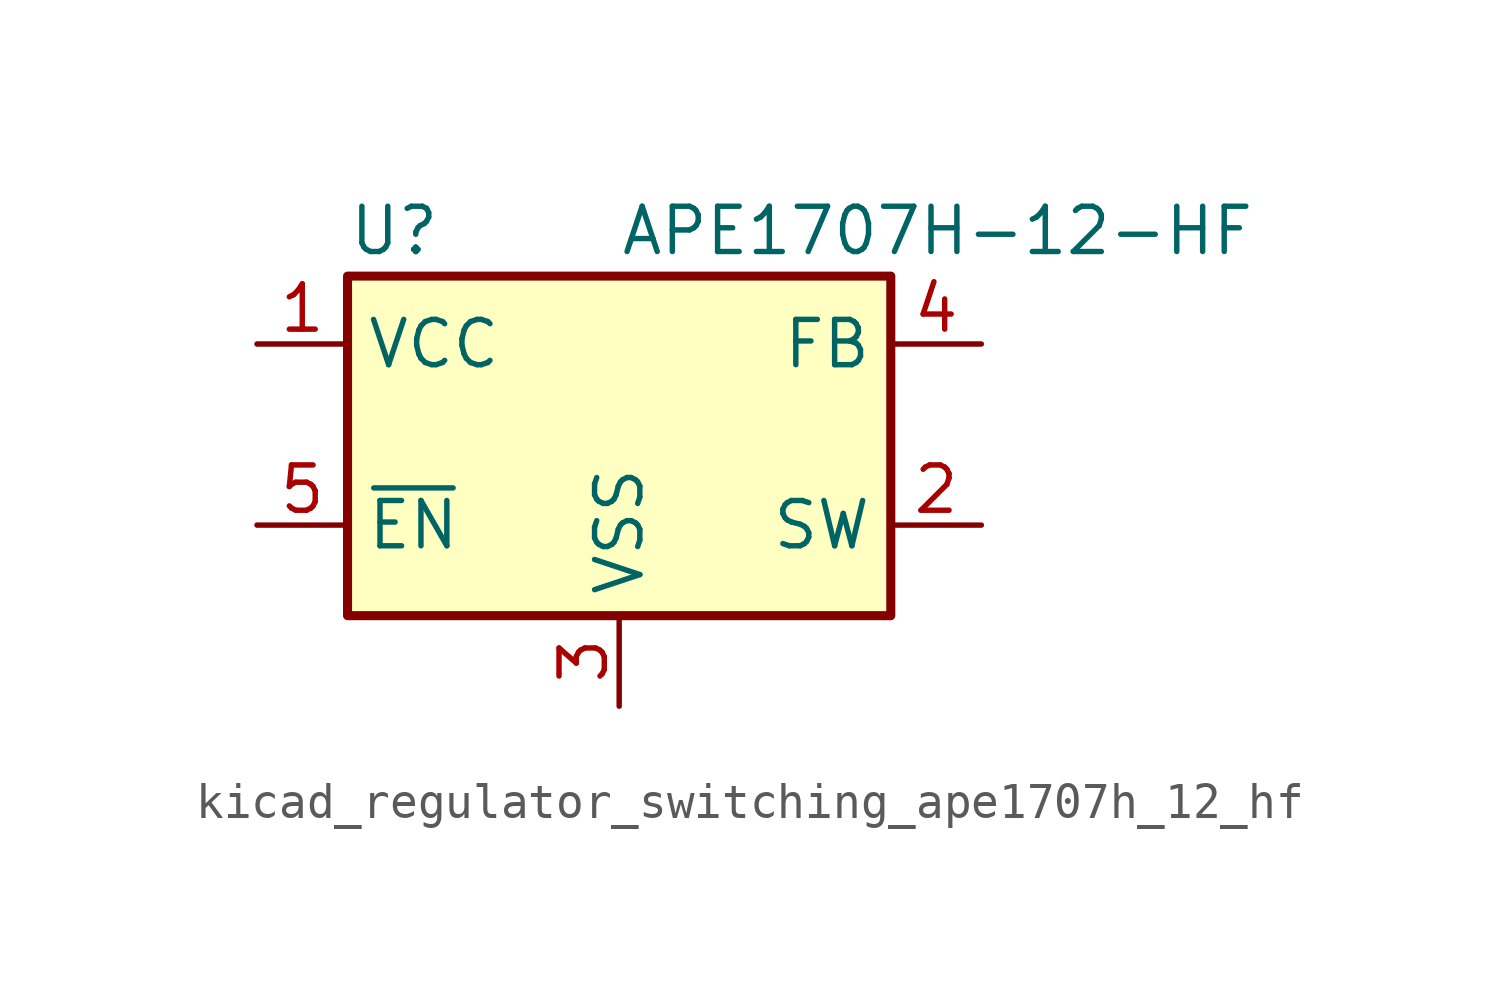
<source format=kicad_sym>
(kicad_symbol_lib
  (version 20220914)
  (generator kicad_symbol_editor)
  (symbol "kicad_regulator_switching_ape1707h_12_hf"
    (property "Reference" "U"
      (at -7.62 5.715 0)
      (effects (font (size 1.27 1.27)) (justify left)))
    (property "Value" "APE1707H-12-HF"
      (at 0 5.715 0)
      (effects (font (size 1.27 1.27)) (justify left)))
    (symbol "kicad_regulator_switching_ape1707h_12_hf_0_1"
      (rectangle (start -7.62 4.445) (end 7.62 -5.08) (stroke (width 0.254) (type default)) (fill (type background))))
    (symbol "kicad_regulator_switching_ape1707h_12_hf_1_1"
      (pin power_in line (at -10.16 2.54 0) (length 2.54) (name "VCC" (effects (font (size 1.27 1.27)))) (number "1" (effects (font (size 1.27 1.27)))))
      (pin output line (at 10.16 -2.54 180) (length 2.54) (name "SW" (effects (font (size 1.27 1.27)))) (number "2" (effects (font (size 1.27 1.27)))))
      (pin power_in line (at 0 -7.62 90) (length 2.54) (name "VSS" (effects (font (size 1.27 1.27)))) (number "3" (effects (font (size 1.27 1.27)))))
      (pin input line (at 10.16 2.54 180) (length 2.54) (name "FB" (effects (font (size 1.27 1.27)))) (number "4" (effects (font (size 1.27 1.27)))))
      (pin input line (at -10.16 -2.54 0) (length 2.54) (name "~{EN}" (effects (font (size 1.27 1.27)))) (number "5" (effects (font (size 1.27 1.27))))))))
</source>
